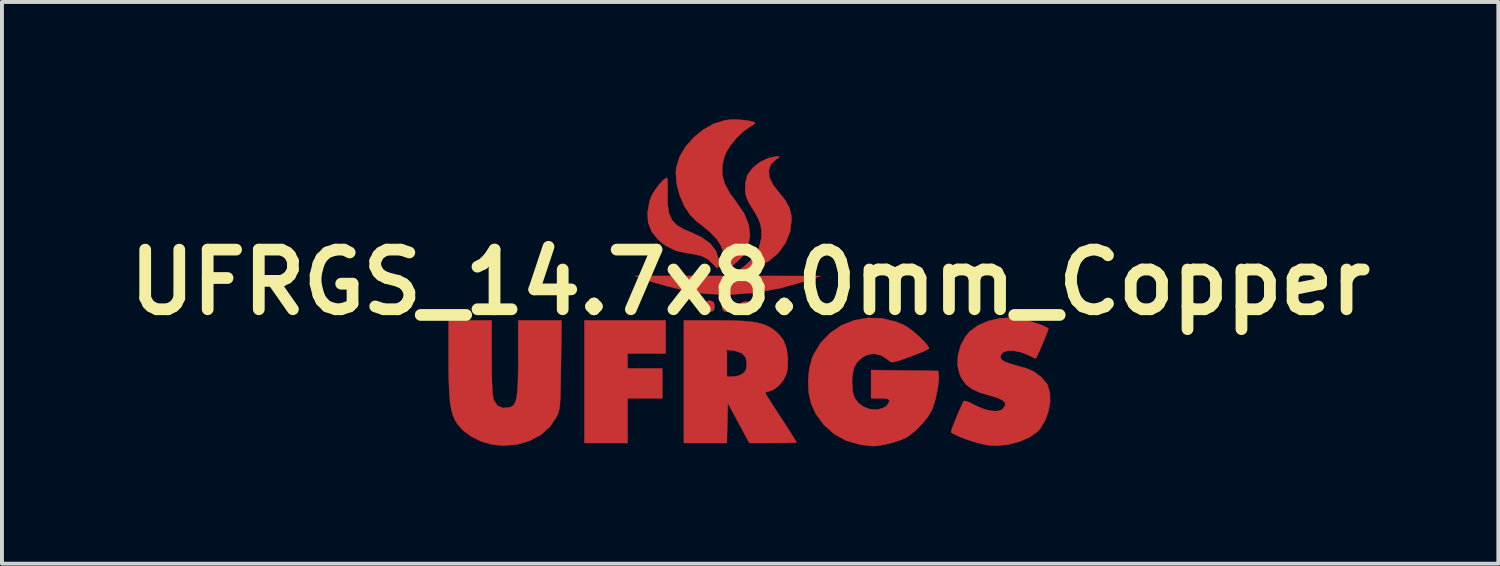
<source format=kicad_pcb>
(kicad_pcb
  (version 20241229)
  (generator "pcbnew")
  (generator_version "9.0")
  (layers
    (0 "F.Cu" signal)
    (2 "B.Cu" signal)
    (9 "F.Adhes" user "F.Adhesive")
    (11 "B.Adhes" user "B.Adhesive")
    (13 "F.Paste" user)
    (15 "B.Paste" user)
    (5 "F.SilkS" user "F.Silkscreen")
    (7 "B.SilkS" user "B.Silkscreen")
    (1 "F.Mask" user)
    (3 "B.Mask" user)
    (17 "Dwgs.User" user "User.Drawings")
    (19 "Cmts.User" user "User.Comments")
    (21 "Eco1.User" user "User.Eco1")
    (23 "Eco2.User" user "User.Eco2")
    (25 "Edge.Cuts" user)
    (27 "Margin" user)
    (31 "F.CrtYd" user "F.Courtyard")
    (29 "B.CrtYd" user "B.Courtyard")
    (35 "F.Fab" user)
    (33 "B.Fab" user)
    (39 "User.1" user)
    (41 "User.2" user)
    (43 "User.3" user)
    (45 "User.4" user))
  (footprint "UFRGS_14.7x8.0mm_Copper"
    (layer "F.Cu")
    (at 16.118 4.163)
    (property "Reference" "UFRGS_14.7x8.0mm_Copper" (at 0 0 0) (layer "F.SilkS") (effects (font (size 1.524 1.524) (thickness 0.3))))
    (attr through_hole)
    (fp_poly (pts (xy -2.159 1.82) (xy -3.133 1.82) (xy -3.133 2.201) (xy -2.244 2.201) (xy -2.244 2.963) (xy -3.133 2.963) (xy -3.133 4.106) (xy -4.233 4.106) (xy -4.233 0.974) (xy -2.159 0.974) (xy -2.159 1.82)) (stroke (width 0.01) (type solid)) (fill yes) (layer "F.Cu"))
    (fp_poly (pts (xy -0.481 0.497) (xy -0.448 0.547) (xy -0.445 0.614) (xy -0.457 0.707) (xy -0.512 0.746) (xy -0.561 0.754) (xy -0.665 0.743) (xy -0.702 0.704) (xy -0.719 0.584) (xy -0.667 0.509) (xy -0.571 0.487) (xy -0.481 0.497)) (stroke (width 0.01) (type solid)) (fill yes) (layer "F.Cu"))
    (fp_poly (pts (xy -0.016 0.497) (xy 0.017 0.547) (xy 0.021 0.614) (xy 0.008 0.707) (xy -0.047 0.746) (xy -0.095 0.754) (xy -0.199 0.743) (xy -0.237 0.704) (xy -0.253 0.584) (xy -0.202 0.509) (xy -0.105 0.487) (xy -0.016 0.497)) (stroke (width 0.01) (type solid)) (fill yes) (layer "F.Cu"))
    (fp_poly (pts (xy -1.014 0.472) (xy -0.938 0.5) (xy -0.912 0.573) (xy -0.91 0.614) (xy -0.923 0.707) (xy -0.978 0.746) (xy -1.024 0.754) (xy -1.133 0.738) (xy -1.181 0.686) (xy -1.197 0.585) (xy -1.147 0.505) (xy -1.05 0.47) (xy -1.014 0.472)) (stroke (width 0.01) (type solid)) (fill yes) (layer "F.Cu"))
    (fp_poly (pts (xy -0.572 -0.162) (xy 1.799 -0.161) (xy 1.375 -0.02) (xy 0.744 0.156) (xy 0.107 0.269) (xy -0.518 0.316) (xy -1.103 0.296) (xy -1.397 0.257) (xy -1.739 0.191) (xy -2.096 0.106) (xy -2.438 0.01) (xy -2.646 -0.058) (xy -2.942 -0.163) (xy -0.572 -0.162)) (stroke (width 0.01) (type solid)) (fill yes) (layer "F.Cu"))
    (fp_poly (pts (xy -2.115 -2.628) (xy -2.108 -2.523) (xy -2.108 -2.371) (xy -2.11 -2.282) (xy -2.109 -1.99) (xy -2.075 -1.765) (xy -1.999 -1.593) (xy -1.875 -1.46) (xy -1.694 -1.353) (xy -1.545 -1.292) (xy -1.244 -1.153) (xy -1.019 -0.99) (xy -0.874 -0.802) (xy -0.808 -0.593) (xy -0.811 -0.424) (xy -0.824 -0.368) (xy -0.849 -0.365) (xy -0.904 -0.419) (xy -0.941 -0.459) (xy -1.077 -0.586) (xy -1.233 -0.669) (xy -1.433 -0.718) (xy -1.564 -0.735) (xy -1.883 -0.801) (xy -2.155 -0.931) (xy -2.349 -1.088) (xy -2.516 -1.296) (xy -2.606 -1.526) (xy -2.622 -1.788) (xy -2.566 -2.087) (xy -2.561 -2.104) (xy -2.509 -2.226) (xy -2.426 -2.363) (xy -2.328 -2.495) (xy -2.232 -2.601) (xy -2.152 -2.661) (xy -2.127 -2.667) (xy -2.115 -2.628)) (stroke (width 0.01) (type solid)) (fill yes) (layer "F.Cu"))
    (fp_poly (pts (xy 0.747 -3.21) (xy 0.729 -3.184) (xy 0.668 -3.144) (xy 0.534 -3.02) (xy 0.475 -2.865) (xy 0.492 -2.686) (xy 0.585 -2.489) (xy 0.722 -2.313) (xy 0.896 -2.098) (xy 1.003 -1.902) (xy 1.052 -1.704) (xy 1.058 -1.597) (xy 1.018 -1.289) (xy 0.904 -1.005) (xy 0.725 -0.755) (xy 0.49 -0.551) (xy 0.21 -0.401) (xy -0.107 -0.316) (xy -0.11 -0.316) (xy -0.318 -0.286) (xy -0.143 -0.415) (xy 0.079 -0.622) (xy 0.222 -0.861) (xy 0.287 -1.132) (xy 0.288 -1.332) (xy 0.265 -1.474) (xy 0.214 -1.614) (xy 0.124 -1.779) (xy 0.071 -1.864) (xy -0.029 -2.027) (xy -0.088 -2.148) (xy -0.118 -2.255) (xy -0.127 -2.373) (xy -0.127 -2.401) (xy -0.115 -2.556) (xy -0.086 -2.695) (xy -0.066 -2.747) (xy 0.067 -2.925) (xy 0.254 -3.073) (xy 0.468 -3.175) (xy 0.683 -3.216) (xy 0.699 -3.216) (xy 0.747 -3.21)) (stroke (width 0.01) (type solid)) (fill yes) (layer "F.Cu"))
    (fp_poly (pts (xy -6.604 1.928) (xy -6.603 2.265) (xy -6.598 2.527) (xy -6.59 2.726) (xy -6.578 2.87) (xy -6.561 2.97) (xy -6.543 3.027) (xy -6.452 3.155) (xy -6.316 3.212) (xy -6.157 3.199) (xy -6.089 3.173) (xy -6.036 3.127) (xy -5.995 3.051) (xy -5.966 2.936) (xy -5.946 2.773) (xy -5.934 2.553) (xy -5.928 2.266) (xy -5.927 1.928) (xy -5.927 0.974) (xy -4.819 0.974) (xy -4.834 2.106) (xy -4.839 2.447) (xy -4.844 2.714) (xy -4.85 2.919) (xy -4.858 3.073) (xy -4.869 3.187) (xy -4.885 3.273) (xy -4.905 3.341) (xy -4.931 3.404) (xy -4.948 3.44) (xy -5.119 3.694) (xy -5.35 3.899) (xy -5.631 4.05) (xy -5.95 4.143) (xy -6.296 4.173) (xy -6.602 4.145) (xy -6.867 4.069) (xy -7.121 3.944) (xy -7.338 3.784) (xy -7.475 3.63) (xy -7.542 3.52) (xy -7.595 3.397) (xy -7.635 3.251) (xy -7.665 3.07) (xy -7.685 2.845) (xy -7.698 2.564) (xy -7.704 2.216) (xy -7.705 1.933) (xy -7.705 0.974) (xy -6.604 0.974) (xy -6.604 1.928)) (stroke (width 0.01) (type solid)) (fill yes) (layer "F.Cu"))
    (fp_poly (pts (xy -0.307 -4.155) (xy -0.14 -4.141) (xy 0.002 -4.12) (xy 0.098 -4.094) (xy 0.127 -4.07) (xy 0.093 -4.034) (xy 0.009 -3.978) (xy -0.025 -3.959) (xy -0.185 -3.846) (xy -0.352 -3.683) (xy -0.504 -3.497) (xy -0.616 -3.315) (xy -0.652 -3.232) (xy -0.713 -2.982) (xy -0.713 -2.749) (xy -0.649 -2.518) (xy -0.518 -2.274) (xy -0.349 -2.046) (xy -0.152 -1.756) (xy -0.037 -1.472) (xy -0.003 -1.197) (xy -0.051 -0.934) (xy -0.182 -0.686) (xy -0.212 -0.646) (xy -0.295 -0.559) (xy -0.404 -0.467) (xy -0.515 -0.389) (xy -0.601 -0.344) (xy -0.624 -0.339) (xy -0.644 -0.377) (xy -0.658 -0.476) (xy -0.662 -0.568) (xy -0.682 -0.759) (xy -0.742 -0.931) (xy -0.849 -1.098) (xy -1.013 -1.271) (xy -1.242 -1.462) (xy -1.367 -1.556) (xy -1.54 -1.729) (xy -1.689 -1.961) (xy -1.804 -2.231) (xy -1.877 -2.516) (xy -1.899 -2.794) (xy -1.887 -2.932) (xy -1.804 -3.203) (xy -1.651 -3.464) (xy -1.443 -3.7) (xy -1.196 -3.901) (xy -0.925 -4.052) (xy -0.643 -4.14) (xy -0.479 -4.158) (xy -0.307 -4.155)) (stroke (width 0.01) (type solid)) (fill yes) (layer "F.Cu"))
    (fp_poly (pts (xy -0.857 0.974) (xy -0.494 0.977) (xy -0.202 0.988) (xy 0.03 1.008) (xy 0.216 1.04) (xy 0.368 1.085) (xy 0.499 1.146) (xy 0.609 1.216) (xy 0.733 1.327) (xy 0.839 1.461) (xy 0.862 1.501) (xy 0.932 1.701) (xy 0.965 1.942) (xy 0.959 2.184) (xy 0.935 2.316) (xy 0.859 2.486) (xy 0.739 2.637) (xy 0.598 2.745) (xy 0.503 2.78) (xy 0.416 2.803) (xy 0.381 2.821) (xy 0.403 2.86) (xy 0.464 2.959) (xy 0.557 3.104) (xy 0.673 3.285) (xy 0.783 3.453) (xy 0.914 3.655) (xy 1.027 3.831) (xy 1.115 3.969) (xy 1.17 4.059) (xy 1.185 4.088) (xy 1.146 4.094) (xy 1.036 4.1) (xy 0.872 4.104) (xy 0.668 4.106) (xy 0.582 4.106) (xy -0.021 4.106) (xy -0.572 3.083) (xy -0.595 4.106) (xy -1.693 4.106) (xy -1.693 2.413) (xy -0.593 2.413) (xy -0.463 2.413) (xy -0.336 2.397) (xy -0.241 2.364) (xy -0.144 2.298) (xy -0.098 2.21) (xy -0.085 2.072) (xy -0.085 2.07) (xy -0.116 1.917) (xy -0.213 1.813) (xy -0.379 1.754) (xy -0.42 1.748) (xy -0.593 1.725) (xy -0.593 2.413) (xy -1.693 2.413) (xy -1.693 0.974) (xy -0.857 0.974)) (stroke (width 0.01) (type solid)) (fill yes) (layer "F.Cu"))
    (fp_poly (pts (xy 3.363 0.921) (xy 3.724 1.007) (xy 3.919 1.086) (xy 4.034 1.155) (xy 4.169 1.257) (xy 4.307 1.376) (xy 4.431 1.496) (xy 4.525 1.602) (xy 4.57 1.679) (xy 4.572 1.691) (xy 4.535 1.717) (xy 4.433 1.765) (xy 4.282 1.827) (xy 4.098 1.897) (xy 4.097 1.897) (xy 3.895 1.97) (xy 3.757 2.016) (xy 3.667 2.038) (xy 3.61 2.039) (xy 3.569 2.021) (xy 3.536 1.993) (xy 3.348 1.866) (xy 3.159 1.822) (xy 2.97 1.864) (xy 2.874 1.917) (xy 2.74 2.034) (xy 2.655 2.178) (xy 2.613 2.369) (xy 2.603 2.563) (xy 2.619 2.79) (xy 2.67 2.958) (xy 2.768 3.086) (xy 2.892 3.177) (xy 3.046 3.239) (xy 3.209 3.255) (xy 3.36 3.228) (xy 3.48 3.164) (xy 3.547 3.067) (xy 3.555 3.016) (xy 3.518 2.982) (xy 3.404 2.965) (xy 3.323 2.963) (xy 3.09 2.963) (xy 3.09 2.242) (xy 4.805 2.265) (xy 4.82 2.371) (xy 4.82 2.494) (xy 4.799 2.669) (xy 4.762 2.868) (xy 4.715 3.062) (xy 4.663 3.223) (xy 4.652 3.248) (xy 4.553 3.42) (xy 4.403 3.608) (xy 4.227 3.787) (xy 4.049 3.93) (xy 3.996 3.963) (xy 3.849 4.03) (xy 3.653 4.094) (xy 3.442 4.146) (xy 3.249 4.179) (xy 3.133 4.185) (xy 3.031 4.176) (xy 2.886 4.157) (xy 2.794 4.143) (xy 2.454 4.046) (xy 2.147 3.876) (xy 1.884 3.644) (xy 1.677 3.359) (xy 1.56 3.103) (xy 1.497 2.827) (xy 1.481 2.518) (xy 1.511 2.207) (xy 1.586 1.927) (xy 1.617 1.853) (xy 1.805 1.543) (xy 2.049 1.291) (xy 2.337 1.098) (xy 2.659 0.971) (xy 3.004 0.91) (xy 3.363 0.921)) (stroke (width 0.01) (type solid)) (fill yes) (layer "F.Cu"))
    (fp_poly (pts (xy 6.859 0.925) (xy 7.02 0.96) (xy 7.193 1.007) (xy 7.359 1.06) (xy 7.498 1.113) (xy 7.592 1.159) (xy 7.62 1.187) (xy 7.605 1.24) (xy 7.565 1.346) (xy 7.509 1.484) (xy 7.446 1.633) (xy 7.384 1.773) (xy 7.333 1.883) (xy 7.302 1.942) (xy 7.297 1.947) (xy 7.251 1.93) (xy 7.158 1.886) (xy 7.11 1.862) (xy 6.924 1.787) (xy 6.745 1.75) (xy 6.59 1.749) (xy 6.472 1.784) (xy 6.407 1.854) (xy 6.4 1.918) (xy 6.416 1.963) (xy 6.458 2.002) (xy 6.538 2.042) (xy 6.668 2.088) (xy 6.858 2.144) (xy 7.06 2.199) (xy 7.25 2.283) (xy 7.431 2.418) (xy 7.572 2.579) (xy 7.601 2.629) (xy 7.659 2.822) (xy 7.664 3.054) (xy 7.622 3.299) (xy 7.537 3.534) (xy 7.414 3.736) (xy 7.34 3.818) (xy 7.138 3.96) (xy 6.88 4.072) (xy 6.592 4.146) (xy 6.299 4.176) (xy 6.075 4.163) (xy 5.903 4.128) (xy 5.704 4.073) (xy 5.502 4.005) (xy 5.321 3.934) (xy 5.184 3.867) (xy 5.131 3.831) (xy 5.14 3.79) (xy 5.175 3.692) (xy 5.228 3.556) (xy 5.29 3.404) (xy 5.353 3.256) (xy 5.409 3.132) (xy 5.449 3.051) (xy 5.46 3.034) (xy 5.511 3.035) (xy 5.611 3.072) (xy 5.726 3.131) (xy 5.927 3.225) (xy 6.122 3.28) (xy 6.291 3.294) (xy 6.415 3.264) (xy 6.448 3.24) (xy 6.515 3.15) (xy 6.514 3.073) (xy 6.44 3.006) (xy 6.29 2.943) (xy 6.141 2.9) (xy 5.867 2.817) (xy 5.664 2.724) (xy 5.515 2.61) (xy 5.408 2.465) (xy 5.357 2.36) (xy 5.3 2.123) (xy 5.311 1.864) (xy 5.382 1.607) (xy 5.51 1.375) (xy 5.607 1.261) (xy 5.819 1.104) (xy 6.086 0.988) (xy 6.383 0.92) (xy 6.688 0.906) (xy 6.859 0.925)) (stroke (width 0.01) (type solid)) (fill yes) (layer "F.Cu")))
  (gr_rect
    (start -3 -3)
    (end 35.236 11.353)
    (stroke (width 0.1) (type default))
    (fill no)
    (layer "Edge.Cuts")))
</source>
